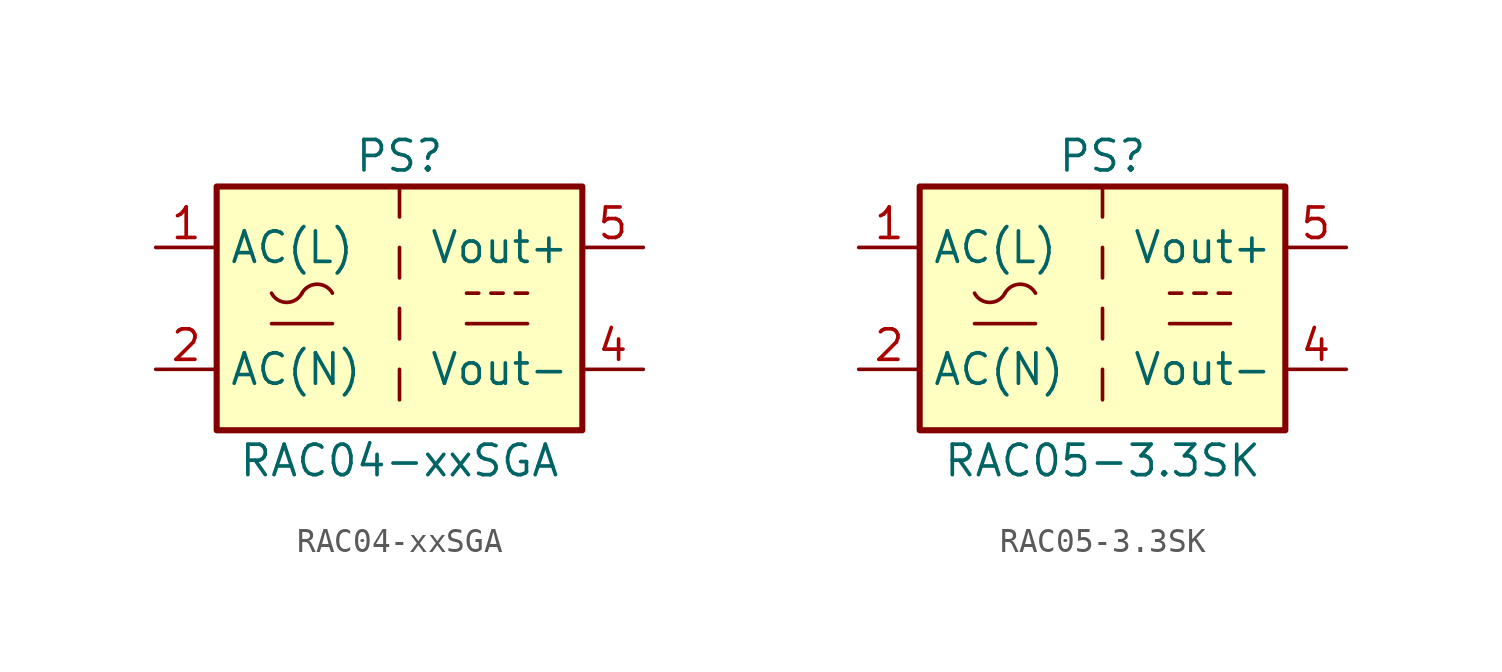
<source format=kicad_sym>
(kicad_symbol_lib
  (version 20211014)
  (generator kicad_symbol_editor)
  (symbol "RAC04-xxSGA"
    (property "Reference" "PS"
      (at 0 6.35 0)
      (effects (font (size 1.27 1.27))))
    (property "Value" "RAC04-xxSGA"
      (at 0 -6.35 0)
      (effects (font (size 1.27 1.27))))
    (symbol "RAC04-xxSGA_1_1"
      (rectangle (start -7.62 5.08) (end 7.62 -5.08) (stroke (width 0.254) (type default) (color 0 0 0 0)) (fill (type background)))
      (arc (start -5.334 0.635) (mid -4.699 0.2495) (end -4.064 0.635) (stroke (width 0) (type default) (color 0 0 0 0)) (fill (type none)))
      (arc (start -2.794 0.635) (mid -3.429 1.0072) (end -4.064 0.635) (stroke (width 0) (type default) (color 0 0 0 0)) (fill (type none)))
      (polyline (pts (xy -5.334 -0.635) (xy -2.794 -0.635)) (stroke (width 0) (type default) (color 0 0 0 0)) (fill (type none)))
      (polyline (pts (xy 0 -2.54) (xy 0 -3.81)) (stroke (width 0) (type default) (color 0 0 0 0)) (fill (type none)))
      (polyline (pts (xy 0 0) (xy 0 -1.27)) (stroke (width 0) (type default) (color 0 0 0 0)) (fill (type none)))
      (polyline (pts (xy 0 2.54) (xy 0 1.27)) (stroke (width 0) (type default) (color 0 0 0 0)) (fill (type none)))
      (polyline (pts (xy 0 5.08) (xy 0 3.81)) (stroke (width 0) (type default) (color 0 0 0 0)) (fill (type none)))
      (polyline (pts (xy 2.794 -0.635) (xy 5.334 -0.635)) (stroke (width 0) (type default) (color 0 0 0 0)) (fill (type none)))
      (polyline (pts (xy 2.794 0.635) (xy 3.302 0.635)) (stroke (width 0) (type default) (color 0 0 0 0)) (fill (type none)))
      (polyline (pts (xy 3.81 0.635) (xy 4.318 0.635)) (stroke (width 0) (type default) (color 0 0 0 0)) (fill (type none)))
      (polyline (pts (xy 4.826 0.635) (xy 5.334 0.635)) (stroke (width 0) (type default) (color 0 0 0 0)) (fill (type none)))
      (pin power_in line (at -10.16 2.54 0) (length 2.54) (name "AC(L)" (effects (font (size 1.27 1.27)))) (number "1" (effects (font (size 1.27 1.27)))))
      (pin power_in line (at -10.16 -2.54 0) (length 2.54) (name "AC(N)" (effects (font (size 1.27 1.27)))) (number "2" (effects (font (size 1.27 1.27)))))
      (pin no_connect line (at 7.62 0 180) (length 2.54) hide (name "NC" (effects (font (size 1.27 1.27)))) (number "3" (effects (font (size 1.27 1.27)))))
      (pin power_out line (at 10.16 -2.54 180) (length 2.54) (name "Vout-" (effects (font (size 1.27 1.27)))) (number "4" (effects (font (size 1.27 1.27)))))
      (pin power_out line (at 10.16 2.54 180) (length 2.54) (name "Vout+" (effects (font (size 1.27 1.27)))) (number "5" (effects (font (size 1.27 1.27)))))))
  (symbol "RAC05-3.3SK"
    (property "Reference" "PS"
      (at 0 6.35 0)
      (effects (font (size 1.27 1.27))))
    (property "Value" "RAC05-3.3SK"
      (at 0 -6.35 0)
      (effects (font (size 1.27 1.27))))
    (symbol "RAC05-3.3SK_1_1"
      (rectangle (start -7.62 5.08) (end 7.62 -5.08) (stroke (width 0.254) (type default) (color 0 0 0 0)) (fill (type background)))
      (arc (start -5.334 0.635) (mid -4.699 0.2495) (end -4.064 0.635) (stroke (width 0) (type default) (color 0 0 0 0)) (fill (type none)))
      (arc (start -2.794 0.635) (mid -3.429 1.0072) (end -4.064 0.635) (stroke (width 0) (type default) (color 0 0 0 0)) (fill (type none)))
      (polyline (pts (xy -5.334 -0.635) (xy -2.794 -0.635)) (stroke (width 0) (type default) (color 0 0 0 0)) (fill (type none)))
      (polyline (pts (xy 0 -2.54) (xy 0 -3.81)) (stroke (width 0) (type default) (color 0 0 0 0)) (fill (type none)))
      (polyline (pts (xy 0 0) (xy 0 -1.27)) (stroke (width 0) (type default) (color 0 0 0 0)) (fill (type none)))
      (polyline (pts (xy 0 2.54) (xy 0 1.27)) (stroke (width 0) (type default) (color 0 0 0 0)) (fill (type none)))
      (polyline (pts (xy 0 5.08) (xy 0 3.81)) (stroke (width 0) (type default) (color 0 0 0 0)) (fill (type none)))
      (polyline (pts (xy 2.794 -0.635) (xy 5.334 -0.635)) (stroke (width 0) (type default) (color 0 0 0 0)) (fill (type none)))
      (polyline (pts (xy 2.794 0.635) (xy 3.302 0.635)) (stroke (width 0) (type default) (color 0 0 0 0)) (fill (type none)))
      (polyline (pts (xy 3.81 0.635) (xy 4.318 0.635)) (stroke (width 0) (type default) (color 0 0 0 0)) (fill (type none)))
      (polyline (pts (xy 4.826 0.635) (xy 5.334 0.635)) (stroke (width 0) (type default) (color 0 0 0 0)) (fill (type none)))
      (pin power_in line (at -10.16 2.54 0) (length 2.54) (name "AC(L)" (effects (font (size 1.27 1.27)))) (number "1" (effects (font (size 1.27 1.27)))))
      (pin power_in line (at -10.16 -2.54 0) (length 2.54) (name "AC(N)" (effects (font (size 1.27 1.27)))) (number "2" (effects (font (size 1.27 1.27)))))
      (pin no_connect line (at 7.62 0 180) (length 2.54) hide (name "NC" (effects (font (size 1.27 1.27)))) (number "3" (effects (font (size 1.27 1.27)))))
      (pin power_out line (at 10.16 -2.54 180) (length 2.54) (name "Vout-" (effects (font (size 1.27 1.27)))) (number "4" (effects (font (size 1.27 1.27)))))
      (pin power_out line (at 10.16 2.54 180) (length 2.54) (name "Vout+" (effects (font (size 1.27 1.27)))) (number "5" (effects (font (size 1.27 1.27))))))))
</source>
